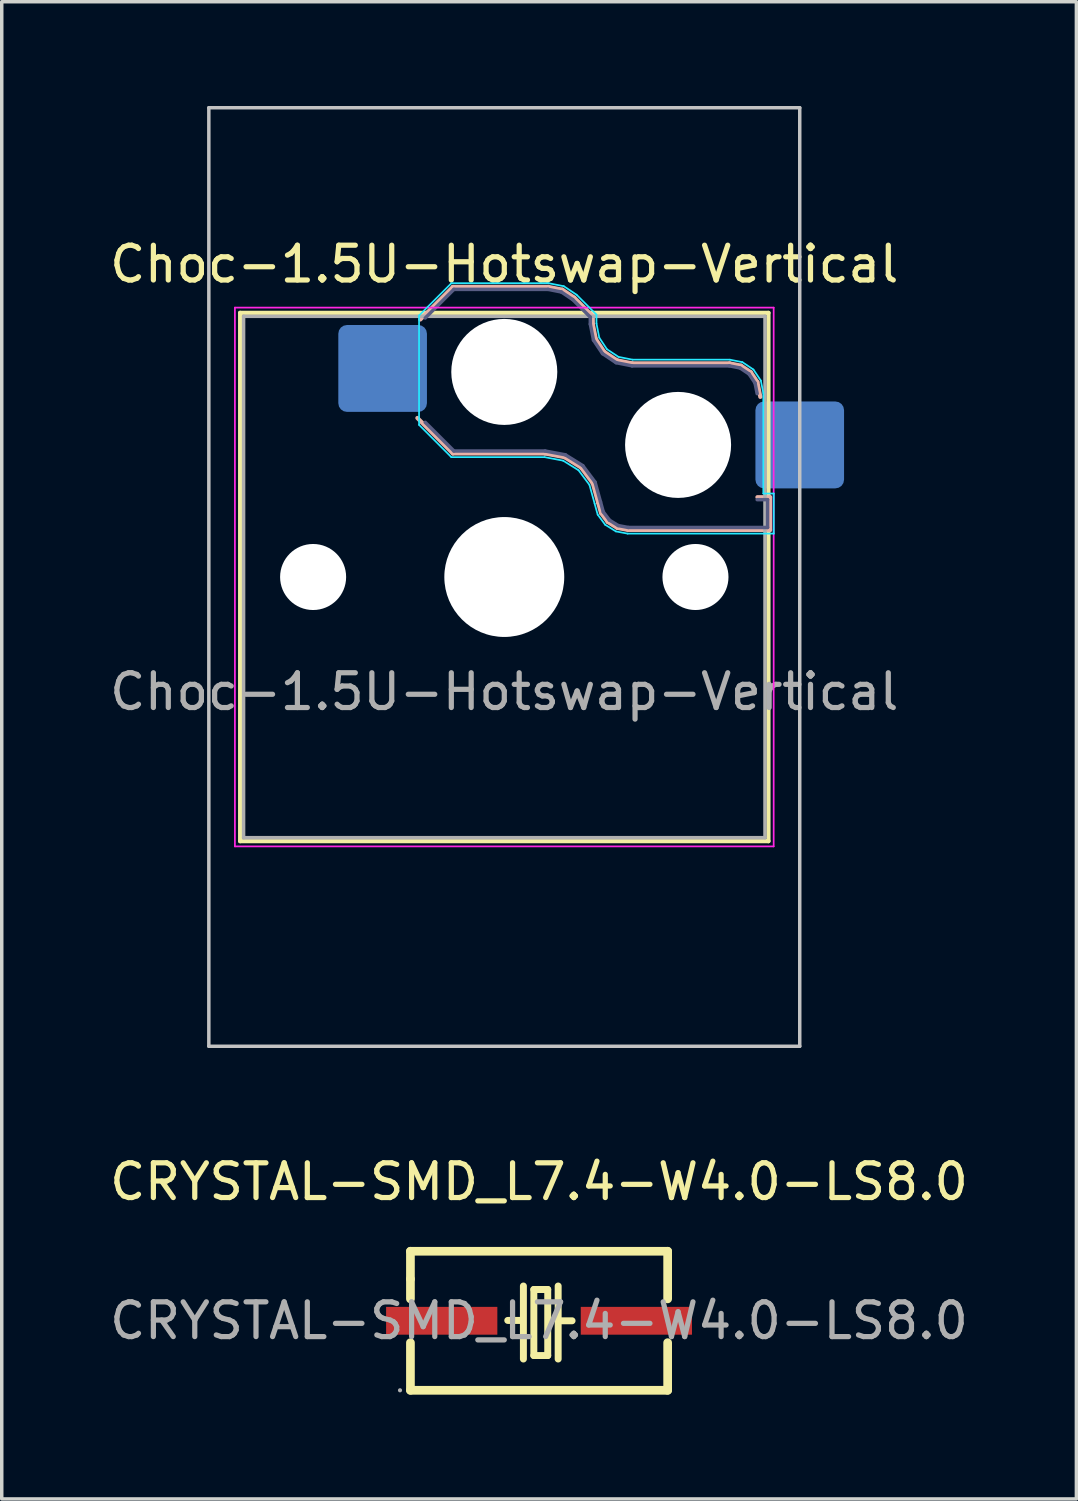
<source format=kicad_pcb>
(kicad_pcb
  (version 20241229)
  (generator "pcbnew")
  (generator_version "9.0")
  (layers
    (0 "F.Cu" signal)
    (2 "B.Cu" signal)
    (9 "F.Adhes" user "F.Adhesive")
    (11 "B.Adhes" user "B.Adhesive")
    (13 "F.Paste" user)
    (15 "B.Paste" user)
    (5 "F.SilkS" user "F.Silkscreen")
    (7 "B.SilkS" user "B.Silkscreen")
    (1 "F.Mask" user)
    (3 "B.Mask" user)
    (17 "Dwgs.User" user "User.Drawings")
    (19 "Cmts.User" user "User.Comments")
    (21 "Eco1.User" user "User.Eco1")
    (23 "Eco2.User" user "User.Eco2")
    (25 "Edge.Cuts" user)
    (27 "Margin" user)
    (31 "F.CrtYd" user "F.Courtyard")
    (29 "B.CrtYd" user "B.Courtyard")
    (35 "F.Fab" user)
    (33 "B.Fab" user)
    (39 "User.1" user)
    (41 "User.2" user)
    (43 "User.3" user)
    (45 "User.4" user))
  (footprint "Choc-1.5U-Hotswap-Vertical"
    (layer "F.Cu")
    (at 11.458 13.55)
    (property "Reference" "Choc-1.5U-Hotswap-Vertical" (at 0 -9 0) (layer "F.SilkS") (effects (font (size 1 1) (thickness 0.15))))
    (attr smd)
    (fp_line (start -7.6 -7.6) (end -7.6 7.6) (stroke (width 0.12) (type solid)) (layer "F.SilkS"))
    (fp_line (start -7.6 7.6) (end 7.6 7.6) (stroke (width 0.12) (type solid)) (layer "F.SilkS"))
    (fp_line (start 7.6 -7.6) (end -7.6 -7.6) (stroke (width 0.12) (type solid)) (layer "F.SilkS"))
    (fp_line (start 7.6 7.6) (end 7.6 -7.6) (stroke (width 0.12) (type solid)) (layer "F.SilkS"))
    (fp_line (start -2.416 -7.409) (end -1.479 -8.346) (stroke (width 0.12) (type solid)) (layer "B.SilkS"))
    (fp_line (start -1.479 -8.346) (end 1.268 -8.346) (stroke (width 0.12) (type solid)) (layer "B.SilkS"))
    (fp_line (start -1.479 -3.554) (end -2.5 -4.575) (stroke (width 0.12) (type solid)) (layer "B.SilkS"))
    (fp_line (start 1.168 -3.554) (end -1.479 -3.554) (stroke (width 0.12) (type solid)) (layer "B.SilkS"))
    (fp_line (start 1.268 -8.346) (end 1.671 -8.266) (stroke (width 0.12) (type solid)) (layer "B.SilkS"))
    (fp_line (start 1.671 -8.266) (end 2.013 -8.037) (stroke (width 0.12) (type solid)) (layer "B.SilkS"))
    (fp_line (start 1.73 -3.449) (end 1.168 -3.554) (stroke (width 0.12) (type solid)) (layer "B.SilkS"))
    (fp_line (start 2.013 -8.037) (end 2.546 -7.504) (stroke (width 0.12) (type solid)) (layer "B.SilkS"))
    (fp_line (start 2.209 -3.15) (end 1.73 -3.449) (stroke (width 0.12) (type solid)) (layer "B.SilkS"))
    (fp_line (start 2.546 -7.504) (end 2.546 -7.282) (stroke (width 0.12) (type solid)) (layer "B.SilkS"))
    (fp_line (start 2.546 -7.282) (end 2.633 -6.844) (stroke (width 0.12) (type solid)) (layer "B.SilkS"))
    (fp_line (start 2.547 -2.697) (end 2.209 -3.15) (stroke (width 0.12) (type solid)) (layer "B.SilkS"))
    (fp_line (start 2.633 -6.844) (end 2.877 -6.477) (stroke (width 0.12) (type solid)) (layer "B.SilkS"))
    (fp_line (start 2.701 -2.139) (end 2.547 -2.697) (stroke (width 0.12) (type solid)) (layer "B.SilkS"))
    (fp_line (start 2.783 -1.841) (end 2.701 -2.139) (stroke (width 0.12) (type solid)) (layer "B.SilkS"))
    (fp_line (start 2.877 -6.477) (end 3.244 -6.233) (stroke (width 0.12) (type solid)) (layer "B.SilkS"))
    (fp_line (start 2.976 -1.583) (end 2.783 -1.841) (stroke (width 0.12) (type solid)) (layer "B.SilkS"))
    (fp_line (start 3.244 -6.233) (end 3.682 -6.146) (stroke (width 0.12) (type solid)) (layer "B.SilkS"))
    (fp_line (start 3.25 -1.413) (end 2.976 -1.583) (stroke (width 0.12) (type solid)) (layer "B.SilkS"))
    (fp_line (start 3.56 -1.354) (end 3.25 -1.413) (stroke (width 0.12) (type solid)) (layer "B.SilkS"))
    (fp_line (start 3.682 -6.146) (end 6.482 -6.146) (stroke (width 0.12) (type solid)) (layer "B.SilkS"))
    (fp_line (start 6.482 -6.146) (end 6.809 -6.081) (stroke (width 0.12) (type solid)) (layer "B.SilkS"))
    (fp_line (start 6.809 -6.081) (end 7.092 -5.892) (stroke (width 0.12) (type solid)) (layer "B.SilkS"))
    (fp_line (start 7.092 -5.892) (end 7.281 -5.609) (stroke (width 0.12) (type solid)) (layer "B.SilkS"))
    (fp_line (start 7.281 -5.609) (end 7.366 -5.182) (stroke (width 0.12) (type solid)) (layer "B.SilkS"))
    (fp_line (start 7.283 -2.296) (end 7.646 -2.296) (stroke (width 0.12) (type solid)) (layer "B.SilkS"))
    (fp_line (start 7.646 -2.296) (end 7.646 -1.354) (stroke (width 0.12) (type solid)) (layer "B.SilkS"))
    (fp_line (start 7.646 -1.354) (end 3.56 -1.354) (stroke (width 0.12) (type solid)) (layer "B.SilkS"))
    (fp_line (start -8.5 -13.5) (end 8.5 -13.5) (stroke (width 0.1) (type solid)) (layer "Dwgs.User"))
    (fp_line (start -8.5 13.5) (end -8.5 -13.5) (stroke (width 0.1) (type solid)) (layer "Dwgs.User"))
    (fp_line (start 8.5 -13.5) (end 8.5 13.5) (stroke (width 0.1) (type solid)) (layer "Dwgs.User"))
    (fp_line (start 8.5 13.5) (end -8.5 13.5) (stroke (width 0.1) (type solid)) (layer "Dwgs.User"))
    (fp_line (start -7.25 -7.25) (end -7.25 7.25) (stroke (width 0.1) (type solid)) (layer "Eco1.User"))
    (fp_line (start -7.25 7.25) (end 7.25 7.25) (stroke (width 0.1) (type solid)) (layer "Eco1.User"))
    (fp_line (start 7.25 -7.25) (end -7.25 -7.25) (stroke (width 0.1) (type solid)) (layer "Eco1.User"))
    (fp_line (start 7.25 7.25) (end 7.25 -7.25) (stroke (width 0.1) (type solid)) (layer "Eco1.User"))
    (fp_line (start -2.452 -7.523) (end -1.523 -8.452) (stroke (width 0.05) (type solid)) (layer "B.CrtYd"))
    (fp_line (start -2.452 -4.377) (end -2.452 -7.523) (stroke (width 0.05) (type solid)) (layer "B.CrtYd"))
    (fp_line (start -1.523 -8.452) (end 1.278 -8.452) (stroke (width 0.05) (type solid)) (layer "B.CrtYd"))
    (fp_line (start -1.523 -3.448) (end -2.452 -4.377) (stroke (width 0.05) (type solid)) (layer "B.CrtYd"))
    (fp_line (start 1.159 -3.448) (end -1.523 -3.448) (stroke (width 0.05) (type solid)) (layer "B.CrtYd"))
    (fp_line (start 1.278 -8.452) (end 1.712 -8.366) (stroke (width 0.05) (type solid)) (layer "B.CrtYd"))
    (fp_line (start 1.691 -3.348) (end 1.159 -3.448) (stroke (width 0.05) (type solid)) (layer "B.CrtYd"))
    (fp_line (start 1.712 -8.366) (end 2.081 -8.119) (stroke (width 0.05) (type solid)) (layer "B.CrtYd"))
    (fp_line (start 2.081 -8.119) (end 2.652 -7.548) (stroke (width 0.05) (type solid)) (layer "B.CrtYd"))
    (fp_line (start 2.136 -3.071) (end 1.691 -3.348) (stroke (width 0.05) (type solid)) (layer "B.CrtYd"))
    (fp_line (start 2.45 -2.65) (end 2.136 -3.071) (stroke (width 0.05) (type solid)) (layer "B.CrtYd"))
    (fp_line (start 2.599 -2.111) (end 2.45 -2.65) (stroke (width 0.05) (type solid)) (layer "B.CrtYd"))
    (fp_line (start 2.652 -7.548) (end 2.652 -7.292) (stroke (width 0.05) (type solid)) (layer "B.CrtYd"))
    (fp_line (start 2.652 -7.292) (end 2.733 -6.885) (stroke (width 0.05) (type solid)) (layer "B.CrtYd"))
    (fp_line (start 2.687 -1.794) (end 2.599 -2.111) (stroke (width 0.05) (type solid)) (layer "B.CrtYd"))
    (fp_line (start 2.733 -6.885) (end 2.953 -6.553) (stroke (width 0.05) (type solid)) (layer "B.CrtYd"))
    (fp_line (start 2.903 -1.503) (end 2.687 -1.794) (stroke (width 0.05) (type solid)) (layer "B.CrtYd"))
    (fp_line (start 2.953 -6.553) (end 3.285 -6.333) (stroke (width 0.05) (type solid)) (layer "B.CrtYd"))
    (fp_line (start 3.211 -1.312) (end 2.903 -1.503) (stroke (width 0.05) (type solid)) (layer "B.CrtYd"))
    (fp_line (start 3.285 -6.333) (end 3.692 -6.252) (stroke (width 0.05) (type solid)) (layer "B.CrtYd"))
    (fp_line (start 3.55 -1.248) (end 3.211 -1.312) (stroke (width 0.05) (type solid)) (layer "B.CrtYd"))
    (fp_line (start 3.692 -6.252) (end 6.492 -6.252) (stroke (width 0.05) (type solid)) (layer "B.CrtYd"))
    (fp_line (start 6.492 -6.252) (end 6.85 -6.181) (stroke (width 0.05) (type solid)) (layer "B.CrtYd"))
    (fp_line (start 6.85 -6.181) (end 7.168 -5.968) (stroke (width 0.05) (type solid)) (layer "B.CrtYd"))
    (fp_line (start 7.168 -5.968) (end 7.381 -5.65) (stroke (width 0.05) (type solid)) (layer "B.CrtYd"))
    (fp_line (start 7.381 -5.65) (end 7.452 -5.292) (stroke (width 0.05) (type solid)) (layer "B.CrtYd"))
    (fp_line (start 7.452 -5.292) (end 7.452 -2.402) (stroke (width 0.05) (type solid)) (layer "B.CrtYd"))
    (fp_line (start 7.452 -2.402) (end 7.752 -2.402) (stroke (width 0.05) (type solid)) (layer "B.CrtYd"))
    (fp_line (start 7.752 -2.402) (end 7.752 -1.248) (stroke (width 0.05) (type solid)) (layer "B.CrtYd"))
    (fp_line (start 7.752 -1.248) (end 3.55 -1.248) (stroke (width 0.05) (type solid)) (layer "B.CrtYd"))
    (fp_line (start -7.75 -7.75) (end -7.75 7.75) (stroke (width 0.05) (type solid)) (layer "F.CrtYd"))
    (fp_line (start -7.75 7.75) (end 7.75 7.75) (stroke (width 0.05) (type solid)) (layer "F.CrtYd"))
    (fp_line (start 7.75 -7.75) (end -7.75 -7.75) (stroke (width 0.05) (type solid)) (layer "F.CrtYd"))
    (fp_line (start 7.75 7.75) (end 7.75 -7.75) (stroke (width 0.05) (type solid)) (layer "F.CrtYd"))
    (fp_line (start -2.275 -7.45) (end -1.45 -8.275) (stroke (width 0.1) (type solid)) (layer "B.Fab"))
    (fp_line (start -1.45 -8.275) (end 1.261 -8.275) (stroke (width 0.1) (type solid)) (layer "B.Fab"))
    (fp_line (start -1.45 -3.625) (end -2.275 -4.45) (stroke (width 0.1) (type solid)) (layer "B.Fab"))
    (fp_line (start 1.175 -3.625) (end -1.45 -3.625) (stroke (width 0.1) (type solid)) (layer "B.Fab"))
    (fp_line (start 1.261 -8.275) (end 1.643 -8.199) (stroke (width 0.1) (type solid)) (layer "B.Fab"))
    (fp_line (start 1.643 -8.199) (end 1.968 -7.982) (stroke (width 0.1) (type solid)) (layer "B.Fab"))
    (fp_line (start 1.756 -3.516) (end 1.175 -3.625) (stroke (width 0.1) (type solid)) (layer "B.Fab"))
    (fp_line (start 1.968 -7.982) (end 2.475 -7.475) (stroke (width 0.1) (type solid)) (layer "B.Fab"))
    (fp_line (start 2.258 -3.203) (end 1.756 -3.516) (stroke (width 0.1) (type solid)) (layer "B.Fab"))
    (fp_line (start 2.475 -7.475) (end 2.475 -7.275) (stroke (width 0.1) (type solid)) (layer "B.Fab"))
    (fp_line (start 2.475 -7.275) (end 2.566 -6.816) (stroke (width 0.1) (type solid)) (layer "B.Fab"))
    (fp_line (start 2.566 -6.816) (end 2.826 -6.426) (stroke (width 0.1) (type solid)) (layer "B.Fab"))
    (fp_line (start 2.612 -2.729) (end 2.258 -3.203) (stroke (width 0.1) (type solid)) (layer "B.Fab"))
    (fp_line (start 2.769 -2.158) (end 2.612 -2.729) (stroke (width 0.1) (type solid)) (layer "B.Fab"))
    (fp_line (start 2.826 -6.426) (end 3.216 -6.166) (stroke (width 0.1) (type solid)) (layer "B.Fab"))
    (fp_line (start 2.848 -1.873) (end 2.769 -2.158) (stroke (width 0.1) (type solid)) (layer "B.Fab"))
    (fp_line (start 3.025 -1.636) (end 2.848 -1.873) (stroke (width 0.1) (type solid)) (layer "B.Fab"))
    (fp_line (start 3.216 -6.166) (end 3.675 -6.075) (stroke (width 0.1) (type solid)) (layer "B.Fab"))
    (fp_line (start 3.276 -1.48) (end 3.025 -1.636) (stroke (width 0.1) (type solid)) (layer "B.Fab"))
    (fp_line (start 3.567 -1.425) (end 3.276 -1.48) (stroke (width 0.1) (type solid)) (layer "B.Fab"))
    (fp_line (start 3.675 -6.075) (end 6.475 -6.075) (stroke (width 0.1) (type solid)) (layer "B.Fab"))
    (fp_line (start 6.475 -6.075) (end 6.781 -6.014) (stroke (width 0.1) (type solid)) (layer "B.Fab"))
    (fp_line (start 6.781 -6.014) (end 7.041 -5.841) (stroke (width 0.1) (type solid)) (layer "B.Fab"))
    (fp_line (start 7.041 -5.841) (end 7.214 -5.581) (stroke (width 0.1) (type solid)) (layer "B.Fab"))
    (fp_line (start 7.214 -5.581) (end 7.275 -5.275) (stroke (width 0.1) (type solid)) (layer "B.Fab"))
    (fp_line (start 7.275 -2.225) (end 7.575 -2.225) (stroke (width 0.1) (type solid)) (layer "B.Fab"))
    (fp_line (start 7.575 -2.225) (end 7.575 -1.425) (stroke (width 0.1) (type solid)) (layer "B.Fab"))
    (fp_line (start 7.575 -1.425) (end 3.567 -1.425) (stroke (width 0.1) (type solid)) (layer "B.Fab"))
    (fp_line (start -7.5 -7.5) (end -7.5 7.5) (stroke (width 0.1) (type solid)) (layer "F.Fab"))
    (fp_line (start -7.5 7.5) (end 7.5 7.5) (stroke (width 0.1) (type solid)) (layer "F.Fab"))
    (fp_line (start 7.5 -7.5) (end -7.5 -7.5) (stroke (width 0.1) (type solid)) (layer "F.Fab"))
    (fp_line (start 7.5 7.5) (end 7.5 -7.5) (stroke (width 0.1) (type solid)) (layer "F.Fab"))
    (fp_text user "${REFERENCE}" (at 0 3.3 0) (layer "F.Fab") (effects (font (size 1 1) (thickness 0.15))))
    (pad "" np_thru_hole circle (at -5.5 0) (size 1.9 1.9) (drill 1.9) (layers "*.Cu" "*.Mask"))
    (pad "" np_thru_hole circle (at 0 -5.9) (size 3.05 3.05) (drill 3.05) (layers "*.Cu" "*.Mask"))
    (pad "" np_thru_hole circle (at 0 0) (size 3.45 3.45) (drill 3.45) (layers "*.Cu" "*.Mask"))
    (pad "" np_thru_hole circle (at 5 -3.8) (size 3.05 3.05) (drill 3.05) (layers "*.Cu" "*.Mask"))
    (pad "" np_thru_hole circle (at 5.5 0) (size 1.9 1.9) (drill 1.9) (layers "*.Cu" "*.Mask"))
    (pad "1" smd roundrect (at -3.5 -6) (size 2.55 2.5) (layers "B.Cu" "B.Mask" "B.Paste") (roundrect_rratio 0.1))
    (pad "2" smd roundrect (at 8.5 -3.8) (size 2.55 2.5) (layers "B.Cu" "B.Mask" "B.Paste") (roundrect_rratio 0.1)))
  (footprint "CRYSTAL-SMD_L7.4-W4.0-LS8.0"
    (layer "F.Cu")
    (at 12.458 34.948)
    (property "Reference" "CRYSTAL-SMD_L7.4-W4.0-LS8.0" (at 0 -4 0) (layer "F.SilkS") (effects (font (size 1 1) (thickness 0.15))))
    (attr through_hole)
    (fp_line (start -3.7 -2) (end 3.7 -2) (stroke (width 0.25) (type solid)) (layer "F.SilkS"))
    (fp_line (start -3.7 -1.2) (end -3.7 -2) (stroke (width 0.25) (type solid)) (layer "F.SilkS"))
    (fp_line (start -3.7 -0.63) (end -3.7 -1.2) (stroke (width 0.25) (type solid)) (layer "F.SilkS"))
    (fp_line (start -3.7 2) (end -3.7 0.63) (stroke (width 0.25) (type solid)) (layer "F.SilkS"))
    (fp_line (start -0.9 -0.01) (end -0.55 -0.01) (stroke (width 0.2) (type solid)) (layer "F.SilkS"))
    (fp_line (start -0.45 -1) (end -0.45 1.1) (stroke (width 0.2) (type solid)) (layer "F.SilkS"))
    (fp_line (start -0.15 -0.9) (end -0.15 1) (stroke (width 0.2) (type solid)) (layer "F.SilkS"))
    (fp_line (start -0.15 1) (end 0.25 1) (stroke (width 0.2) (type solid)) (layer "F.SilkS"))
    (fp_line (start 0.25 -0.9) (end -0.15 -0.9) (stroke (width 0.2) (type solid)) (layer "F.SilkS"))
    (fp_line (start 0.25 1) (end 0.25 -0.9) (stroke (width 0.2) (type solid)) (layer "F.SilkS"))
    (fp_line (start 0.55 -1) (end 0.55 1.1) (stroke (width 0.2) (type solid)) (layer "F.SilkS"))
    (fp_line (start 0.65 0) (end 0.95 0) (stroke (width 0.2) (type solid)) (layer "F.SilkS"))
    (fp_line (start 3.7 -2) (end 3.7 -0.63) (stroke (width 0.25) (type solid)) (layer "F.SilkS"))
    (fp_line (start 3.7 0.63) (end 3.7 2) (stroke (width 0.25) (type solid)) (layer "F.SilkS"))
    (fp_line (start 3.7 2) (end -3.7 2) (stroke (width 0.25) (type solid)) (layer "F.SilkS"))
    (fp_circle (center -4 2) (end -3.97 2) (stroke (width 0.06) (type solid)) (fill no) (layer "F.Fab"))
    (fp_text user "${REFERENCE}" (at 0 0 0) (layer "F.Fab") (effects (font (size 1 1) (thickness 0.15))))
    (pad "1" smd rect (at -2.8 0) (size 3.2 0.8) (layers "F.Cu" "F.Mask" "F.Paste"))
    (pad "2" smd rect (at 2.8 0) (size 3.2 0.8) (layers "F.Cu" "F.Mask" "F.Paste")))
  (gr_rect
    (start -3 -3)
    (end 27.917 40.073)
    (stroke (width 0.1) (type default))
    (fill no)
    (layer "Edge.Cuts")))
</source>
